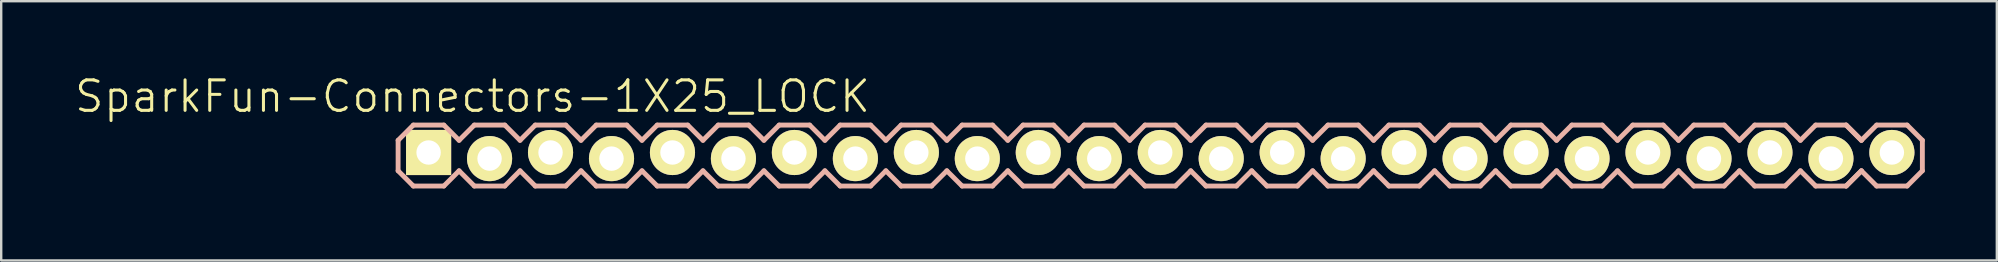
<source format=kicad_pcb>
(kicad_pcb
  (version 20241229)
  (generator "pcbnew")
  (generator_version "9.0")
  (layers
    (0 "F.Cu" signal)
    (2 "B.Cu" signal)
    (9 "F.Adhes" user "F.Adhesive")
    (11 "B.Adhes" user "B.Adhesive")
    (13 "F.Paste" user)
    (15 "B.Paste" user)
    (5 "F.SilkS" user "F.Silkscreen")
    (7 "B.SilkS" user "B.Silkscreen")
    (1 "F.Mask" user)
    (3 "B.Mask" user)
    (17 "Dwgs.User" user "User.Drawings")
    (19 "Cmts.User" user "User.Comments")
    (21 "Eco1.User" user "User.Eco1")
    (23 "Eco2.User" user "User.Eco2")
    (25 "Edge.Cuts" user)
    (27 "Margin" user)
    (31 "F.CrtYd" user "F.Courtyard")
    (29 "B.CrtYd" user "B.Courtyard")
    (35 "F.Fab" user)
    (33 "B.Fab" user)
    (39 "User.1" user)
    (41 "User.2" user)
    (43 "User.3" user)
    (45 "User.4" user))
  (footprint "SparkFun-Connectors-1X25_LOCK"
    (layer "F.Cu")
    (at 14.805 3.43)
    (property "Reference" "SparkFun-Connectors-1X25_LOCK" (at 1.829 -2.464 0) (layer "F.SilkS") (effects (font (size 1.27 1.27) (thickness 0.127))))
    (attr exclude_from_pos_files exclude_from_bom)
    (fp_line (start -0.254 -0.254) (end 0.254 -0.254) (stroke (width 0.066) (type solid)) (layer "F.SilkS"))
    (fp_line (start -0.254 0.254) (end -0.254 -0.254) (stroke (width 0.066) (type solid)) (layer "F.SilkS"))
    (fp_line (start -0.254 0.254) (end 0.254 0.254) (stroke (width 0.066) (type solid)) (layer "F.SilkS"))
    (fp_line (start 0.254 0.254) (end 0.254 -0.254) (stroke (width 0.066) (type solid)) (layer "F.SilkS"))
    (fp_line (start 2.286 -0.254) (end 2.794 -0.254) (stroke (width 0.066) (type solid)) (layer "F.SilkS"))
    (fp_line (start 2.286 0.254) (end 2.286 -0.254) (stroke (width 0.066) (type solid)) (layer "F.SilkS"))
    (fp_line (start 2.286 0.254) (end 2.794 0.254) (stroke (width 0.066) (type solid)) (layer "F.SilkS"))
    (fp_line (start 2.794 0.254) (end 2.794 -0.254) (stroke (width 0.066) (type solid)) (layer "F.SilkS"))
    (fp_line (start 4.826 -0.254) (end 5.334 -0.254) (stroke (width 0.066) (type solid)) (layer "F.SilkS"))
    (fp_line (start 4.826 0.254) (end 4.826 -0.254) (stroke (width 0.066) (type solid)) (layer "F.SilkS"))
    (fp_line (start 4.826 0.254) (end 5.334 0.254) (stroke (width 0.066) (type solid)) (layer "F.SilkS"))
    (fp_line (start 5.334 0.254) (end 5.334 -0.254) (stroke (width 0.066) (type solid)) (layer "F.SilkS"))
    (fp_line (start 7.366 -0.254) (end 7.874 -0.254) (stroke (width 0.066) (type solid)) (layer "F.SilkS"))
    (fp_line (start 7.366 0.254) (end 7.366 -0.254) (stroke (width 0.066) (type solid)) (layer "F.SilkS"))
    (fp_line (start 7.366 0.254) (end 7.874 0.254) (stroke (width 0.066) (type solid)) (layer "F.SilkS"))
    (fp_line (start 7.874 0.254) (end 7.874 -0.254) (stroke (width 0.066) (type solid)) (layer "F.SilkS"))
    (fp_line (start 9.906 -0.254) (end 10.414 -0.254) (stroke (width 0.066) (type solid)) (layer "F.SilkS"))
    (fp_line (start 9.906 0.254) (end 9.906 -0.254) (stroke (width 0.066) (type solid)) (layer "F.SilkS"))
    (fp_line (start 9.906 0.254) (end 10.414 0.254) (stroke (width 0.066) (type solid)) (layer "F.SilkS"))
    (fp_line (start 10.414 0.254) (end 10.414 -0.254) (stroke (width 0.066) (type solid)) (layer "F.SilkS"))
    (fp_line (start 12.446 -0.254) (end 12.954 -0.254) (stroke (width 0.066) (type solid)) (layer "F.SilkS"))
    (fp_line (start 12.446 0.254) (end 12.446 -0.254) (stroke (width 0.066) (type solid)) (layer "F.SilkS"))
    (fp_line (start 12.446 0.254) (end 12.954 0.254) (stroke (width 0.066) (type solid)) (layer "F.SilkS"))
    (fp_line (start 12.954 0.254) (end 12.954 -0.254) (stroke (width 0.066) (type solid)) (layer "F.SilkS"))
    (fp_line (start 14.986 -0.254) (end 15.494 -0.254) (stroke (width 0.066) (type solid)) (layer "F.SilkS"))
    (fp_line (start 14.986 0.254) (end 14.986 -0.254) (stroke (width 0.066) (type solid)) (layer "F.SilkS"))
    (fp_line (start 14.986 0.254) (end 15.494 0.254) (stroke (width 0.066) (type solid)) (layer "F.SilkS"))
    (fp_line (start 15.494 0.254) (end 15.494 -0.254) (stroke (width 0.066) (type solid)) (layer "F.SilkS"))
    (fp_line (start 17.523 -0.254) (end 18.034 -0.254) (stroke (width 0.066) (type solid)) (layer "F.SilkS"))
    (fp_line (start 17.523 0.254) (end 17.523 -0.254) (stroke (width 0.066) (type solid)) (layer "F.SilkS"))
    (fp_line (start 17.523 0.254) (end 18.034 0.254) (stroke (width 0.066) (type solid)) (layer "F.SilkS"))
    (fp_line (start 18.034 0.254) (end 18.034 -0.254) (stroke (width 0.066) (type solid)) (layer "F.SilkS"))
    (fp_line (start 20.066 -0.254) (end 20.574 -0.254) (stroke (width 0.066) (type solid)) (layer "F.SilkS"))
    (fp_line (start 20.066 0.254) (end 20.066 -0.254) (stroke (width 0.066) (type solid)) (layer "F.SilkS"))
    (fp_line (start 20.066 0.254) (end 20.574 0.254) (stroke (width 0.066) (type solid)) (layer "F.SilkS"))
    (fp_line (start 20.574 0.254) (end 20.574 -0.254) (stroke (width 0.066) (type solid)) (layer "F.SilkS"))
    (fp_line (start 22.606 -0.254) (end 23.114 -0.254) (stroke (width 0.066) (type solid)) (layer "F.SilkS"))
    (fp_line (start 22.606 0.254) (end 22.606 -0.254) (stroke (width 0.066) (type solid)) (layer "F.SilkS"))
    (fp_line (start 22.606 0.254) (end 23.114 0.254) (stroke (width 0.066) (type solid)) (layer "F.SilkS"))
    (fp_line (start 23.114 0.254) (end 23.114 -0.254) (stroke (width 0.066) (type solid)) (layer "F.SilkS"))
    (fp_line (start 25.146 -0.254) (end 25.654 -0.254) (stroke (width 0.066) (type solid)) (layer "F.SilkS"))
    (fp_line (start 25.146 0.254) (end 25.146 -0.254) (stroke (width 0.066) (type solid)) (layer "F.SilkS"))
    (fp_line (start 25.146 0.254) (end 25.654 0.254) (stroke (width 0.066) (type solid)) (layer "F.SilkS"))
    (fp_line (start 25.654 0.254) (end 25.654 -0.254) (stroke (width 0.066) (type solid)) (layer "F.SilkS"))
    (fp_line (start 27.686 -0.254) (end 28.194 -0.254) (stroke (width 0.066) (type solid)) (layer "F.SilkS"))
    (fp_line (start 27.686 0.254) (end 27.686 -0.254) (stroke (width 0.066) (type solid)) (layer "F.SilkS"))
    (fp_line (start 27.686 0.254) (end 28.194 0.254) (stroke (width 0.066) (type solid)) (layer "F.SilkS"))
    (fp_line (start 28.194 0.254) (end 28.194 -0.254) (stroke (width 0.066) (type solid)) (layer "F.SilkS"))
    (fp_line (start 30.226 -0.254) (end 30.734 -0.254) (stroke (width 0.066) (type solid)) (layer "F.SilkS"))
    (fp_line (start 30.226 0.254) (end 30.226 -0.254) (stroke (width 0.066) (type solid)) (layer "F.SilkS"))
    (fp_line (start 30.226 0.254) (end 30.734 0.254) (stroke (width 0.066) (type solid)) (layer "F.SilkS"))
    (fp_line (start 30.734 0.254) (end 30.734 -0.254) (stroke (width 0.066) (type solid)) (layer "F.SilkS"))
    (fp_line (start 32.766 -0.254) (end 33.274 -0.254) (stroke (width 0.066) (type solid)) (layer "F.SilkS"))
    (fp_line (start 32.766 0.254) (end 32.766 -0.254) (stroke (width 0.066) (type solid)) (layer "F.SilkS"))
    (fp_line (start 32.766 0.254) (end 33.274 0.254) (stroke (width 0.066) (type solid)) (layer "F.SilkS"))
    (fp_line (start 33.274 0.254) (end 33.274 -0.254) (stroke (width 0.066) (type solid)) (layer "F.SilkS"))
    (fp_line (start 35.303 -0.254) (end 35.814 -0.254) (stroke (width 0.066) (type solid)) (layer "F.SilkS"))
    (fp_line (start 35.303 0.254) (end 35.303 -0.254) (stroke (width 0.066) (type solid)) (layer "F.SilkS"))
    (fp_line (start 35.303 0.254) (end 35.814 0.254) (stroke (width 0.066) (type solid)) (layer "F.SilkS"))
    (fp_line (start 35.814 0.254) (end 35.814 -0.254) (stroke (width 0.066) (type solid)) (layer "F.SilkS"))
    (fp_line (start 37.846 -0.254) (end 38.354 -0.254) (stroke (width 0.066) (type solid)) (layer "F.SilkS"))
    (fp_line (start 37.846 0.254) (end 37.846 -0.254) (stroke (width 0.066) (type solid)) (layer "F.SilkS"))
    (fp_line (start 37.846 0.254) (end 38.354 0.254) (stroke (width 0.066) (type solid)) (layer "F.SilkS"))
    (fp_line (start 38.354 0.254) (end 38.354 -0.254) (stroke (width 0.066) (type solid)) (layer "F.SilkS"))
    (fp_line (start 40.386 -0.254) (end 40.894 -0.254) (stroke (width 0.066) (type solid)) (layer "F.SilkS"))
    (fp_line (start 40.386 0.254) (end 40.386 -0.254) (stroke (width 0.066) (type solid)) (layer "F.SilkS"))
    (fp_line (start 40.386 0.254) (end 40.894 0.254) (stroke (width 0.066) (type solid)) (layer "F.SilkS"))
    (fp_line (start 40.894 0.254) (end 40.894 -0.254) (stroke (width 0.066) (type solid)) (layer "F.SilkS"))
    (fp_line (start 42.926 -0.254) (end 43.434 -0.254) (stroke (width 0.066) (type solid)) (layer "F.SilkS"))
    (fp_line (start 42.926 0.254) (end 42.926 -0.254) (stroke (width 0.066) (type solid)) (layer "F.SilkS"))
    (fp_line (start 42.926 0.254) (end 43.434 0.254) (stroke (width 0.066) (type solid)) (layer "F.SilkS"))
    (fp_line (start 43.434 0.254) (end 43.434 -0.254) (stroke (width 0.066) (type solid)) (layer "F.SilkS"))
    (fp_line (start 45.466 -0.254) (end 45.974 -0.254) (stroke (width 0.066) (type solid)) (layer "F.SilkS"))
    (fp_line (start 45.466 0.254) (end 45.466 -0.254) (stroke (width 0.066) (type solid)) (layer "F.SilkS"))
    (fp_line (start 45.466 0.254) (end 45.974 0.254) (stroke (width 0.066) (type solid)) (layer "F.SilkS"))
    (fp_line (start 45.974 0.254) (end 45.974 -0.254) (stroke (width 0.066) (type solid)) (layer "F.SilkS"))
    (fp_line (start 48.006 -0.254) (end 48.514 -0.254) (stroke (width 0.066) (type solid)) (layer "F.SilkS"))
    (fp_line (start 48.006 0.254) (end 48.006 -0.254) (stroke (width 0.066) (type solid)) (layer "F.SilkS"))
    (fp_line (start 48.006 0.254) (end 48.514 0.254) (stroke (width 0.066) (type solid)) (layer "F.SilkS"))
    (fp_line (start 48.514 0.254) (end 48.514 -0.254) (stroke (width 0.066) (type solid)) (layer "F.SilkS"))
    (fp_line (start 50.546 -0.254) (end 51.051 -0.254) (stroke (width 0.066) (type solid)) (layer "F.SilkS"))
    (fp_line (start 50.546 0.254) (end 50.546 -0.254) (stroke (width 0.066) (type solid)) (layer "F.SilkS"))
    (fp_line (start 50.546 0.254) (end 51.051 0.254) (stroke (width 0.066) (type solid)) (layer "F.SilkS"))
    (fp_line (start 51.051 0.254) (end 51.051 -0.254) (stroke (width 0.066) (type solid)) (layer "F.SilkS"))
    (fp_line (start 53.086 -0.254) (end 53.594 -0.254) (stroke (width 0.066) (type solid)) (layer "F.SilkS"))
    (fp_line (start 53.086 0.254) (end 53.086 -0.254) (stroke (width 0.066) (type solid)) (layer "F.SilkS"))
    (fp_line (start 53.086 0.254) (end 53.594 0.254) (stroke (width 0.066) (type solid)) (layer "F.SilkS"))
    (fp_line (start 53.594 0.254) (end 53.594 -0.254) (stroke (width 0.066) (type solid)) (layer "F.SilkS"))
    (fp_line (start 55.626 -0.254) (end 56.134 -0.254) (stroke (width 0.066) (type solid)) (layer "F.SilkS"))
    (fp_line (start 55.626 0.254) (end 55.626 -0.254) (stroke (width 0.066) (type solid)) (layer "F.SilkS"))
    (fp_line (start 55.626 0.254) (end 56.134 0.254) (stroke (width 0.066) (type solid)) (layer "F.SilkS"))
    (fp_line (start 56.134 0.254) (end 56.134 -0.254) (stroke (width 0.066) (type solid)) (layer "F.SilkS"))
    (fp_line (start 58.166 -0.254) (end 58.674 -0.254) (stroke (width 0.066) (type solid)) (layer "F.SilkS"))
    (fp_line (start 58.166 0.254) (end 58.166 -0.254) (stroke (width 0.066) (type solid)) (layer "F.SilkS"))
    (fp_line (start 58.166 0.254) (end 58.674 0.254) (stroke (width 0.066) (type solid)) (layer "F.SilkS"))
    (fp_line (start 58.674 0.254) (end 58.674 -0.254) (stroke (width 0.066) (type solid)) (layer "F.SilkS"))
    (fp_line (start 60.706 -0.254) (end 61.214 -0.254) (stroke (width 0.066) (type solid)) (layer "F.SilkS"))
    (fp_line (start 60.706 0.254) (end 60.706 -0.254) (stroke (width 0.066) (type solid)) (layer "F.SilkS"))
    (fp_line (start 60.706 0.254) (end 61.214 0.254) (stroke (width 0.066) (type solid)) (layer "F.SilkS"))
    (fp_line (start 61.214 0.254) (end 61.214 -0.254) (stroke (width 0.066) (type solid)) (layer "F.SilkS"))
    (fp_line (start -1.27 -0.635) (end -1.27 0.635) (stroke (width 0.203) (type solid)) (layer "B.SilkS"))
    (fp_line (start -1.27 0.635) (end -0.635 1.27) (stroke (width 0.203) (type solid)) (layer "B.SilkS"))
    (fp_line (start -0.635 -1.27) (end -1.27 -0.635) (stroke (width 0.203) (type solid)) (layer "B.SilkS"))
    (fp_line (start -0.635 -1.27) (end 0.635 -1.27) (stroke (width 0.203) (type solid)) (layer "B.SilkS"))
    (fp_line (start 0.635 -1.27) (end 1.27 -0.635) (stroke (width 0.203) (type solid)) (layer "B.SilkS"))
    (fp_line (start 0.635 1.27) (end -0.635 1.27) (stroke (width 0.203) (type solid)) (layer "B.SilkS"))
    (fp_line (start 1.27 -0.635) (end 1.905 -1.27) (stroke (width 0.203) (type solid)) (layer "B.SilkS"))
    (fp_line (start 1.27 0.635) (end 0.635 1.27) (stroke (width 0.203) (type solid)) (layer "B.SilkS"))
    (fp_line (start 1.905 -1.27) (end 3.175 -1.27) (stroke (width 0.203) (type solid)) (layer "B.SilkS"))
    (fp_line (start 1.905 1.27) (end 1.27 0.635) (stroke (width 0.203) (type solid)) (layer "B.SilkS"))
    (fp_line (start 3.175 -1.27) (end 3.81 -0.635) (stroke (width 0.203) (type solid)) (layer "B.SilkS"))
    (fp_line (start 3.175 1.27) (end 1.905 1.27) (stroke (width 0.203) (type solid)) (layer "B.SilkS"))
    (fp_line (start 3.81 -0.635) (end 4.445 -1.27) (stroke (width 0.203) (type solid)) (layer "B.SilkS"))
    (fp_line (start 3.81 0.635) (end 3.175 1.27) (stroke (width 0.203) (type solid)) (layer "B.SilkS"))
    (fp_line (start 4.445 -1.27) (end 5.715 -1.27) (stroke (width 0.203) (type solid)) (layer "B.SilkS"))
    (fp_line (start 4.445 1.27) (end 3.81 0.635) (stroke (width 0.203) (type solid)) (layer "B.SilkS"))
    (fp_line (start 5.715 -1.27) (end 6.35 -0.635) (stroke (width 0.203) (type solid)) (layer "B.SilkS"))
    (fp_line (start 5.715 1.27) (end 4.445 1.27) (stroke (width 0.203) (type solid)) (layer "B.SilkS"))
    (fp_line (start 6.35 0.635) (end 5.715 1.27) (stroke (width 0.203) (type solid)) (layer "B.SilkS"))
    (fp_line (start 6.35 0.635) (end 6.985 1.27) (stroke (width 0.203) (type solid)) (layer "B.SilkS"))
    (fp_line (start 6.985 -1.27) (end 6.35 -0.635) (stroke (width 0.203) (type solid)) (layer "B.SilkS"))
    (fp_line (start 6.985 -1.27) (end 8.255 -1.27) (stroke (width 0.203) (type solid)) (layer "B.SilkS"))
    (fp_line (start 8.255 -1.27) (end 8.89 -0.635) (stroke (width 0.203) (type solid)) (layer "B.SilkS"))
    (fp_line (start 8.255 1.27) (end 6.985 1.27) (stroke (width 0.203) (type solid)) (layer "B.SilkS"))
    (fp_line (start 8.89 -0.635) (end 9.525 -1.27) (stroke (width 0.203) (type solid)) (layer "B.SilkS"))
    (fp_line (start 8.89 0.635) (end 8.255 1.27) (stroke (width 0.203) (type solid)) (layer "B.SilkS"))
    (fp_line (start 9.525 -1.27) (end 10.795 -1.27) (stroke (width 0.203) (type solid)) (layer "B.SilkS"))
    (fp_line (start 9.525 1.27) (end 8.89 0.635) (stroke (width 0.203) (type solid)) (layer "B.SilkS"))
    (fp_line (start 10.795 -1.27) (end 11.43 -0.635) (stroke (width 0.203) (type solid)) (layer "B.SilkS"))
    (fp_line (start 10.795 1.27) (end 9.525 1.27) (stroke (width 0.203) (type solid)) (layer "B.SilkS"))
    (fp_line (start 11.43 -0.635) (end 12.065 -1.27) (stroke (width 0.203) (type solid)) (layer "B.SilkS"))
    (fp_line (start 11.43 0.635) (end 10.795 1.27) (stroke (width 0.203) (type solid)) (layer "B.SilkS"))
    (fp_line (start 12.065 -1.27) (end 13.335 -1.27) (stroke (width 0.203) (type solid)) (layer "B.SilkS"))
    (fp_line (start 12.065 1.27) (end 11.43 0.635) (stroke (width 0.203) (type solid)) (layer "B.SilkS"))
    (fp_line (start 13.335 -1.27) (end 13.97 -0.635) (stroke (width 0.203) (type solid)) (layer "B.SilkS"))
    (fp_line (start 13.335 1.27) (end 12.065 1.27) (stroke (width 0.203) (type solid)) (layer "B.SilkS"))
    (fp_line (start 13.97 0.635) (end 13.335 1.27) (stroke (width 0.203) (type solid)) (layer "B.SilkS"))
    (fp_line (start 13.97 0.635) (end 14.605 1.27) (stroke (width 0.203) (type solid)) (layer "B.SilkS"))
    (fp_line (start 14.605 -1.27) (end 13.97 -0.635) (stroke (width 0.203) (type solid)) (layer "B.SilkS"))
    (fp_line (start 14.605 -1.27) (end 15.875 -1.27) (stroke (width 0.203) (type solid)) (layer "B.SilkS"))
    (fp_line (start 15.875 -1.27) (end 16.51 -0.635) (stroke (width 0.203) (type solid)) (layer "B.SilkS"))
    (fp_line (start 15.875 1.27) (end 14.605 1.27) (stroke (width 0.203) (type solid)) (layer "B.SilkS"))
    (fp_line (start 16.51 0.635) (end 15.875 1.27) (stroke (width 0.203) (type solid)) (layer "B.SilkS"))
    (fp_line (start 16.51 0.635) (end 17.145 1.27) (stroke (width 0.203) (type solid)) (layer "B.SilkS"))
    (fp_line (start 17.145 -1.27) (end 16.51 -0.635) (stroke (width 0.203) (type solid)) (layer "B.SilkS"))
    (fp_line (start 17.145 -1.27) (end 18.415 -1.27) (stroke (width 0.203) (type solid)) (layer "B.SilkS"))
    (fp_line (start 18.415 -1.27) (end 19.05 -0.635) (stroke (width 0.203) (type solid)) (layer "B.SilkS"))
    (fp_line (start 18.415 1.27) (end 17.145 1.27) (stroke (width 0.203) (type solid)) (layer "B.SilkS"))
    (fp_line (start 19.05 -0.635) (end 19.685 -1.27) (stroke (width 0.203) (type solid)) (layer "B.SilkS"))
    (fp_line (start 19.05 0.635) (end 18.415 1.27) (stroke (width 0.203) (type solid)) (layer "B.SilkS"))
    (fp_line (start 19.685 -1.27) (end 20.955 -1.27) (stroke (width 0.203) (type solid)) (layer "B.SilkS"))
    (fp_line (start 19.685 1.27) (end 19.05 0.635) (stroke (width 0.203) (type solid)) (layer "B.SilkS"))
    (fp_line (start 20.955 -1.27) (end 21.59 -0.635) (stroke (width 0.203) (type solid)) (layer "B.SilkS"))
    (fp_line (start 20.955 1.27) (end 19.685 1.27) (stroke (width 0.203) (type solid)) (layer "B.SilkS"))
    (fp_line (start 21.59 -0.635) (end 22.225 -1.27) (stroke (width 0.203) (type solid)) (layer "B.SilkS"))
    (fp_line (start 21.59 0.635) (end 20.955 1.27) (stroke (width 0.203) (type solid)) (layer "B.SilkS"))
    (fp_line (start 22.225 -1.27) (end 23.495 -1.27) (stroke (width 0.203) (type solid)) (layer "B.SilkS"))
    (fp_line (start 22.225 1.27) (end 21.59 0.635) (stroke (width 0.203) (type solid)) (layer "B.SilkS"))
    (fp_line (start 23.495 -1.27) (end 24.13 -0.635) (stroke (width 0.203) (type solid)) (layer "B.SilkS"))
    (fp_line (start 23.495 1.27) (end 22.225 1.27) (stroke (width 0.203) (type solid)) (layer "B.SilkS"))
    (fp_line (start 24.13 0.635) (end 23.495 1.27) (stroke (width 0.203) (type solid)) (layer "B.SilkS"))
    (fp_line (start 24.13 0.635) (end 24.765 1.27) (stroke (width 0.203) (type solid)) (layer "B.SilkS"))
    (fp_line (start 24.765 -1.27) (end 24.13 -0.635) (stroke (width 0.203) (type solid)) (layer "B.SilkS"))
    (fp_line (start 24.765 -1.27) (end 26.035 -1.27) (stroke (width 0.203) (type solid)) (layer "B.SilkS"))
    (fp_line (start 26.035 -1.27) (end 26.67 -0.635) (stroke (width 0.203) (type solid)) (layer "B.SilkS"))
    (fp_line (start 26.035 1.27) (end 24.765 1.27) (stroke (width 0.203) (type solid)) (layer "B.SilkS"))
    (fp_line (start 26.67 -0.635) (end 27.305 -1.27) (stroke (width 0.203) (type solid)) (layer "B.SilkS"))
    (fp_line (start 26.67 0.635) (end 26.035 1.27) (stroke (width 0.203) (type solid)) (layer "B.SilkS"))
    (fp_line (start 27.305 -1.27) (end 28.575 -1.27) (stroke (width 0.203) (type solid)) (layer "B.SilkS"))
    (fp_line (start 27.305 1.27) (end 26.67 0.635) (stroke (width 0.203) (type solid)) (layer "B.SilkS"))
    (fp_line (start 28.575 -1.27) (end 29.21 -0.635) (stroke (width 0.203) (type solid)) (layer "B.SilkS"))
    (fp_line (start 28.575 1.27) (end 27.305 1.27) (stroke (width 0.203) (type solid)) (layer "B.SilkS"))
    (fp_line (start 29.21 -0.635) (end 29.845 -1.27) (stroke (width 0.203) (type solid)) (layer "B.SilkS"))
    (fp_line (start 29.21 0.635) (end 28.575 1.27) (stroke (width 0.203) (type solid)) (layer "B.SilkS"))
    (fp_line (start 29.845 -1.27) (end 31.115 -1.27) (stroke (width 0.203) (type solid)) (layer "B.SilkS"))
    (fp_line (start 29.845 1.27) (end 29.21 0.635) (stroke (width 0.203) (type solid)) (layer "B.SilkS"))
    (fp_line (start 31.115 -1.27) (end 31.75 -0.635) (stroke (width 0.203) (type solid)) (layer "B.SilkS"))
    (fp_line (start 31.115 1.27) (end 29.845 1.27) (stroke (width 0.203) (type solid)) (layer "B.SilkS"))
    (fp_line (start 31.75 0.635) (end 31.115 1.27) (stroke (width 0.203) (type solid)) (layer "B.SilkS"))
    (fp_line (start 31.75 0.635) (end 32.385 1.27) (stroke (width 0.203) (type solid)) (layer "B.SilkS"))
    (fp_line (start 32.385 -1.27) (end 31.75 -0.635) (stroke (width 0.203) (type solid)) (layer "B.SilkS"))
    (fp_line (start 32.385 -1.27) (end 33.655 -1.27) (stroke (width 0.203) (type solid)) (layer "B.SilkS"))
    (fp_line (start 33.655 -1.27) (end 34.29 -0.635) (stroke (width 0.203) (type solid)) (layer "B.SilkS"))
    (fp_line (start 33.655 1.27) (end 32.385 1.27) (stroke (width 0.203) (type solid)) (layer "B.SilkS"))
    (fp_line (start 34.29 0.635) (end 33.655 1.27) (stroke (width 0.203) (type solid)) (layer "B.SilkS"))
    (fp_line (start 34.29 0.635) (end 34.925 1.27) (stroke (width 0.203) (type solid)) (layer "B.SilkS"))
    (fp_line (start 34.925 -1.27) (end 34.29 -0.635) (stroke (width 0.203) (type solid)) (layer "B.SilkS"))
    (fp_line (start 34.925 -1.27) (end 36.195 -1.27) (stroke (width 0.203) (type solid)) (layer "B.SilkS"))
    (fp_line (start 36.195 -1.27) (end 36.83 -0.635) (stroke (width 0.203) (type solid)) (layer "B.SilkS"))
    (fp_line (start 36.195 1.27) (end 34.925 1.27) (stroke (width 0.203) (type solid)) (layer "B.SilkS"))
    (fp_line (start 36.83 0.635) (end 36.195 1.27) (stroke (width 0.203) (type solid)) (layer "B.SilkS"))
    (fp_line (start 36.83 0.635) (end 37.465 1.27) (stroke (width 0.203) (type solid)) (layer "B.SilkS"))
    (fp_line (start 37.465 -1.27) (end 36.83 -0.635) (stroke (width 0.203) (type solid)) (layer "B.SilkS"))
    (fp_line (start 37.465 -1.27) (end 38.735 -1.27) (stroke (width 0.203) (type solid)) (layer "B.SilkS"))
    (fp_line (start 38.735 -1.27) (end 39.37 -0.635) (stroke (width 0.203) (type solid)) (layer "B.SilkS"))
    (fp_line (start 38.735 1.27) (end 37.465 1.27) (stroke (width 0.203) (type solid)) (layer "B.SilkS"))
    (fp_line (start 39.37 0.635) (end 38.735 1.27) (stroke (width 0.203) (type solid)) (layer "B.SilkS"))
    (fp_line (start 39.37 0.635) (end 40.005 1.27) (stroke (width 0.203) (type solid)) (layer "B.SilkS"))
    (fp_line (start 40.005 -1.27) (end 39.37 -0.635) (stroke (width 0.203) (type solid)) (layer "B.SilkS"))
    (fp_line (start 40.005 -1.27) (end 41.275 -1.27) (stroke (width 0.203) (type solid)) (layer "B.SilkS"))
    (fp_line (start 41.275 -1.27) (end 41.91 -0.635) (stroke (width 0.203) (type solid)) (layer "B.SilkS"))
    (fp_line (start 41.275 1.27) (end 40.005 1.27) (stroke (width 0.203) (type solid)) (layer "B.SilkS"))
    (fp_line (start 41.91 0.635) (end 41.275 1.27) (stroke (width 0.203) (type solid)) (layer "B.SilkS"))
    (fp_line (start 41.91 0.635) (end 42.545 1.27) (stroke (width 0.203) (type solid)) (layer "B.SilkS"))
    (fp_line (start 42.545 -1.27) (end 41.91 -0.635) (stroke (width 0.203) (type solid)) (layer "B.SilkS"))
    (fp_line (start 42.545 -1.27) (end 43.815 -1.27) (stroke (width 0.203) (type solid)) (layer "B.SilkS"))
    (fp_line (start 43.815 -1.27) (end 44.45 -0.635) (stroke (width 0.203) (type solid)) (layer "B.SilkS"))
    (fp_line (start 43.815 1.27) (end 42.545 1.27) (stroke (width 0.203) (type solid)) (layer "B.SilkS"))
    (fp_line (start 44.45 0.635) (end 43.815 1.27) (stroke (width 0.203) (type solid)) (layer "B.SilkS"))
    (fp_line (start 44.45 0.635) (end 45.085 1.27) (stroke (width 0.203) (type solid)) (layer "B.SilkS"))
    (fp_line (start 45.085 -1.27) (end 44.45 -0.635) (stroke (width 0.203) (type solid)) (layer "B.SilkS"))
    (fp_line (start 45.085 -1.27) (end 46.355 -1.27) (stroke (width 0.203) (type solid)) (layer "B.SilkS"))
    (fp_line (start 46.355 -1.27) (end 46.99 -0.635) (stroke (width 0.203) (type solid)) (layer "B.SilkS"))
    (fp_line (start 46.355 1.27) (end 45.085 1.27) (stroke (width 0.203) (type solid)) (layer "B.SilkS"))
    (fp_line (start 46.99 0.635) (end 46.355 1.27) (stroke (width 0.203) (type solid)) (layer "B.SilkS"))
    (fp_line (start 46.99 0.635) (end 47.625 1.27) (stroke (width 0.203) (type solid)) (layer "B.SilkS"))
    (fp_line (start 47.625 -1.27) (end 46.99 -0.635) (stroke (width 0.203) (type solid)) (layer "B.SilkS"))
    (fp_line (start 47.625 -1.27) (end 48.895 -1.27) (stroke (width 0.203) (type solid)) (layer "B.SilkS"))
    (fp_line (start 48.895 -1.27) (end 49.53 -0.635) (stroke (width 0.203) (type solid)) (layer "B.SilkS"))
    (fp_line (start 48.895 1.27) (end 47.625 1.27) (stroke (width 0.203) (type solid)) (layer "B.SilkS"))
    (fp_line (start 49.53 0.635) (end 48.895 1.27) (stroke (width 0.203) (type solid)) (layer "B.SilkS"))
    (fp_line (start 49.53 0.635) (end 50.165 1.27) (stroke (width 0.203) (type solid)) (layer "B.SilkS"))
    (fp_line (start 50.165 -1.27) (end 49.53 -0.635) (stroke (width 0.203) (type solid)) (layer "B.SilkS"))
    (fp_line (start 50.165 -1.27) (end 51.435 -1.27) (stroke (width 0.203) (type solid)) (layer "B.SilkS"))
    (fp_line (start 51.435 -1.27) (end 52.07 -0.635) (stroke (width 0.203) (type solid)) (layer "B.SilkS"))
    (fp_line (start 51.435 1.27) (end 50.165 1.27) (stroke (width 0.203) (type solid)) (layer "B.SilkS"))
    (fp_line (start 52.07 0.635) (end 51.435 1.27) (stroke (width 0.203) (type solid)) (layer "B.SilkS"))
    (fp_line (start 52.07 0.635) (end 52.705 1.27) (stroke (width 0.203) (type solid)) (layer "B.SilkS"))
    (fp_line (start 52.705 -1.27) (end 52.07 -0.635) (stroke (width 0.203) (type solid)) (layer "B.SilkS"))
    (fp_line (start 52.705 -1.27) (end 53.975 -1.27) (stroke (width 0.203) (type solid)) (layer "B.SilkS"))
    (fp_line (start 53.975 -1.27) (end 54.61 -0.635) (stroke (width 0.203) (type solid)) (layer "B.SilkS"))
    (fp_line (start 53.975 1.27) (end 52.705 1.27) (stroke (width 0.203) (type solid)) (layer "B.SilkS"))
    (fp_line (start 54.61 0.635) (end 53.975 1.27) (stroke (width 0.203) (type solid)) (layer "B.SilkS"))
    (fp_line (start 54.61 0.635) (end 55.245 1.27) (stroke (width 0.203) (type solid)) (layer "B.SilkS"))
    (fp_line (start 55.245 -1.27) (end 54.61 -0.635) (stroke (width 0.203) (type solid)) (layer "B.SilkS"))
    (fp_line (start 55.245 -1.27) (end 56.515 -1.27) (stroke (width 0.203) (type solid)) (layer "B.SilkS"))
    (fp_line (start 56.515 -1.27) (end 57.15 -0.635) (stroke (width 0.203) (type solid)) (layer "B.SilkS"))
    (fp_line (start 56.515 1.27) (end 55.245 1.27) (stroke (width 0.203) (type solid)) (layer "B.SilkS"))
    (fp_line (start 57.15 0.635) (end 56.515 1.27) (stroke (width 0.203) (type solid)) (layer "B.SilkS"))
    (fp_line (start 57.15 0.635) (end 57.785 1.27) (stroke (width 0.203) (type solid)) (layer "B.SilkS"))
    (fp_line (start 57.785 -1.27) (end 57.15 -0.635) (stroke (width 0.203) (type solid)) (layer "B.SilkS"))
    (fp_line (start 57.785 -1.27) (end 59.055 -1.27) (stroke (width 0.203) (type solid)) (layer "B.SilkS"))
    (fp_line (start 59.055 -1.27) (end 59.69 -0.635) (stroke (width 0.203) (type solid)) (layer "B.SilkS"))
    (fp_line (start 59.055 -1.27) (end 59.69 -0.635) (stroke (width 0.203) (type solid)) (layer "B.SilkS"))
    (fp_line (start 59.055 1.27) (end 57.785 1.27) (stroke (width 0.203) (type solid)) (layer "B.SilkS"))
    (fp_line (start 59.69 0.635) (end 59.055 1.27) (stroke (width 0.203) (type solid)) (layer "B.SilkS"))
    (fp_line (start 59.69 0.635) (end 59.055 1.27) (stroke (width 0.203) (type solid)) (layer "B.SilkS"))
    (fp_line (start 59.69 0.635) (end 60.325 1.27) (stroke (width 0.203) (type solid)) (layer "B.SilkS"))
    (fp_line (start 60.325 -1.27) (end 59.69 -0.635) (stroke (width 0.203) (type solid)) (layer "B.SilkS"))
    (fp_line (start 60.325 -1.27) (end 61.595 -1.27) (stroke (width 0.203) (type solid)) (layer "B.SilkS"))
    (fp_line (start 61.595 -1.27) (end 62.23 -0.635) (stroke (width 0.203) (type solid)) (layer "B.SilkS"))
    (fp_line (start 61.595 1.27) (end 60.325 1.27) (stroke (width 0.203) (type solid)) (layer "B.SilkS"))
    (fp_line (start 62.23 -0.635) (end 62.23 0.635) (stroke (width 0.203) (type solid)) (layer "B.SilkS"))
    (fp_line (start 62.23 0.635) (end 61.595 1.27) (stroke (width 0.203) (type solid)) (layer "B.SilkS"))
    (pad "1" thru_hole rect (at 0 -0.127) (size 1.88 1.88) (drill 1.016) (layers "*.Cu" "F.Mask" "F.SilkS" "F.Paste"))
    (pad "2" thru_hole circle (at 2.54 0.127) (size 1.88 1.88) (drill 1.016) (layers "*.Cu" "F.Mask" "F.SilkS" "F.Paste"))
    (pad "3" thru_hole circle (at 5.08 -0.127) (size 1.88 1.88) (drill 1.016) (layers "*.Cu" "F.Mask" "F.SilkS" "F.Paste"))
    (pad "4" thru_hole circle (at 7.62 0.127) (size 1.88 1.88) (drill 1.016) (layers "*.Cu" "F.Mask" "F.SilkS" "F.Paste"))
    (pad "5" thru_hole circle (at 10.16 -0.127) (size 1.88 1.88) (drill 1.016) (layers "*.Cu" "F.Mask" "F.SilkS" "F.Paste"))
    (pad "6" thru_hole circle (at 12.7 0.127) (size 1.88 1.88) (drill 1.016) (layers "*.Cu" "F.Mask" "F.SilkS" "F.Paste"))
    (pad "7" thru_hole circle (at 15.24 -0.127) (size 1.88 1.88) (drill 1.016) (layers "*.Cu" "F.Mask" "F.SilkS" "F.Paste"))
    (pad "8" thru_hole circle (at 17.78 0.127) (size 1.88 1.88) (drill 1.016) (layers "*.Cu" "F.Mask" "F.SilkS" "F.Paste"))
    (pad "9" thru_hole circle (at 20.32 -0.127) (size 1.88 1.88) (drill 1.016) (layers "*.Cu" "F.Mask" "F.SilkS" "F.Paste"))
    (pad "10" thru_hole circle (at 22.86 0.127) (size 1.88 1.88) (drill 1.016) (layers "*.Cu" "F.Mask" "F.SilkS" "F.Paste"))
    (pad "11" thru_hole circle (at 25.4 -0.127) (size 1.88 1.88) (drill 1.016) (layers "*.Cu" "F.Mask" "F.SilkS" "F.Paste"))
    (pad "12" thru_hole circle (at 27.94 0.127) (size 1.88 1.88) (drill 1.016) (layers "*.Cu" "F.Mask" "F.SilkS" "F.Paste"))
    (pad "13" thru_hole circle (at 30.48 -0.127) (size 1.88 1.88) (drill 1.016) (layers "*.Cu" "F.Mask" "F.SilkS" "F.Paste"))
    (pad "14" thru_hole circle (at 33.02 0.127) (size 1.88 1.88) (drill 1.016) (layers "*.Cu" "F.Mask" "F.SilkS" "F.Paste"))
    (pad "15" thru_hole circle (at 35.56 -0.127) (size 1.88 1.88) (drill 1.016) (layers "*.Cu" "F.Mask" "F.SilkS" "F.Paste"))
    (pad "16" thru_hole circle (at 38.1 0.127) (size 1.88 1.88) (drill 1.016) (layers "*.Cu" "F.Mask" "F.SilkS" "F.Paste"))
    (pad "17" thru_hole circle (at 40.64 -0.127) (size 1.88 1.88) (drill 1.016) (layers "*.Cu" "F.Mask" "F.SilkS" "F.Paste"))
    (pad "18" thru_hole circle (at 43.18 0.127) (size 1.88 1.88) (drill 1.016) (layers "*.Cu" "F.Mask" "F.SilkS" "F.Paste"))
    (pad "19" thru_hole circle (at 45.72 -0.127) (size 1.88 1.88) (drill 1.016) (layers "*.Cu" "F.Mask" "F.SilkS" "F.Paste"))
    (pad "20" thru_hole circle (at 48.26 0.127) (size 1.88 1.88) (drill 1.016) (layers "*.Cu" "F.Mask" "F.SilkS" "F.Paste"))
    (pad "21" thru_hole circle (at 50.8 -0.127) (size 1.88 1.88) (drill 1.016) (layers "*.Cu" "F.Mask" "F.SilkS" "F.Paste"))
    (pad "22" thru_hole circle (at 53.34 0.127) (size 1.88 1.88) (drill 1.016) (layers "*.Cu" "F.Mask" "F.SilkS" "F.Paste"))
    (pad "23" thru_hole circle (at 55.88 -0.127) (size 1.88 1.88) (drill 1.016) (layers "*.Cu" "F.Mask" "F.SilkS" "F.Paste"))
    (pad "24" thru_hole circle (at 58.42 0.127) (size 1.88 1.88) (drill 1.016) (layers "*.Cu" "F.Mask" "F.SilkS" "F.Paste"))
    (pad "25" thru_hole circle (at 60.96 -0.127) (size 1.88 1.88) (drill 1.016) (layers "*.Cu" "F.Mask" "F.SilkS" "F.Paste")))
  (gr_rect
    (start -3 -3)
    (end 80.137 7.801)
    (stroke (width 0.1) (type default))
    (fill no)
    (layer "Edge.Cuts")))
</source>
